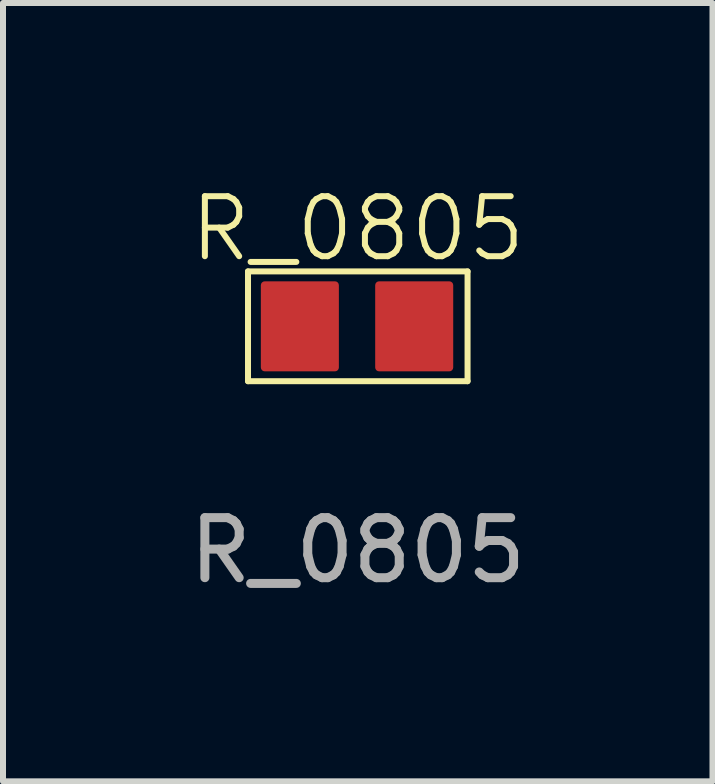
<source format=kicad_pcb>
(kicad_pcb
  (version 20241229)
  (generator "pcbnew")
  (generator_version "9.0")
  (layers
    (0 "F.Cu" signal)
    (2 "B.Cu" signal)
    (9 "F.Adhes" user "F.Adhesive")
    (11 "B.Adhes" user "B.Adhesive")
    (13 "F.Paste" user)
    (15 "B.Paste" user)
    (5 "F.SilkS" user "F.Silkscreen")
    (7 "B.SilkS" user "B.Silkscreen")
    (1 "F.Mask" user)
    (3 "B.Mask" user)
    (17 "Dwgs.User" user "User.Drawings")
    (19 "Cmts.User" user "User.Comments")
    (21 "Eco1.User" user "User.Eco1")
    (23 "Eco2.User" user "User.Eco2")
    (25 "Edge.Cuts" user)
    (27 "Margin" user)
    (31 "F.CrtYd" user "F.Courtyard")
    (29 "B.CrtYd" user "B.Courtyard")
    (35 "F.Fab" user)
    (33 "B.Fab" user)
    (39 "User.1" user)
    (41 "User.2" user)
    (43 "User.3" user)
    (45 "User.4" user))
  (footprint "R_0805"
    (layer "F.Cu")
    (at 2.911 2.412)
    (property "Reference" "R_0805" (at 0 -1.651 0) (unlocked yes) (layer "F.SilkS") (effects (font (size 1 1) (thickness 0.1))))
    (attr smd)
    (fp_line (start -1.829 -0.94) (end 1.829 -0.94) (stroke (width 0.1) (type default)) (layer "F.SilkS"))
    (fp_line (start -1.829 0.889) (end -1.829 -0.94) (stroke (width 0.1) (type default)) (layer "F.SilkS"))
    (fp_line (start 1.829 -0.94) (end 1.829 0.889) (stroke (width 0.1) (type default)) (layer "F.SilkS"))
    (fp_line (start 1.829 0.889) (end -1.829 0.889) (stroke (width 0.1) (type default)) (layer "F.SilkS"))
    (fp_text user "${REFERENCE}" (at 0 3.708 0) (unlocked yes) (layer "F.Fab") (effects (font (size 1 1) (thickness 0.15))))
    (pad "1" smd roundrect (at -0.965 -0.025) (size 1.3 1.5) (layers "F.Cu" "F.Mask" "F.Paste") (roundrect_rratio 0.05))
    (pad "2" smd roundrect (at 0.94 -0.025) (size 1.3 1.5) (layers "F.Cu" "F.Mask" "F.Paste") (roundrect_rratio 0.05)))
  (gr_rect
    (start -3 -3)
    (end 8.821 9.968)
    (stroke (width 0.1) (type default))
    (fill no)
    (layer "Edge.Cuts")))
</source>
